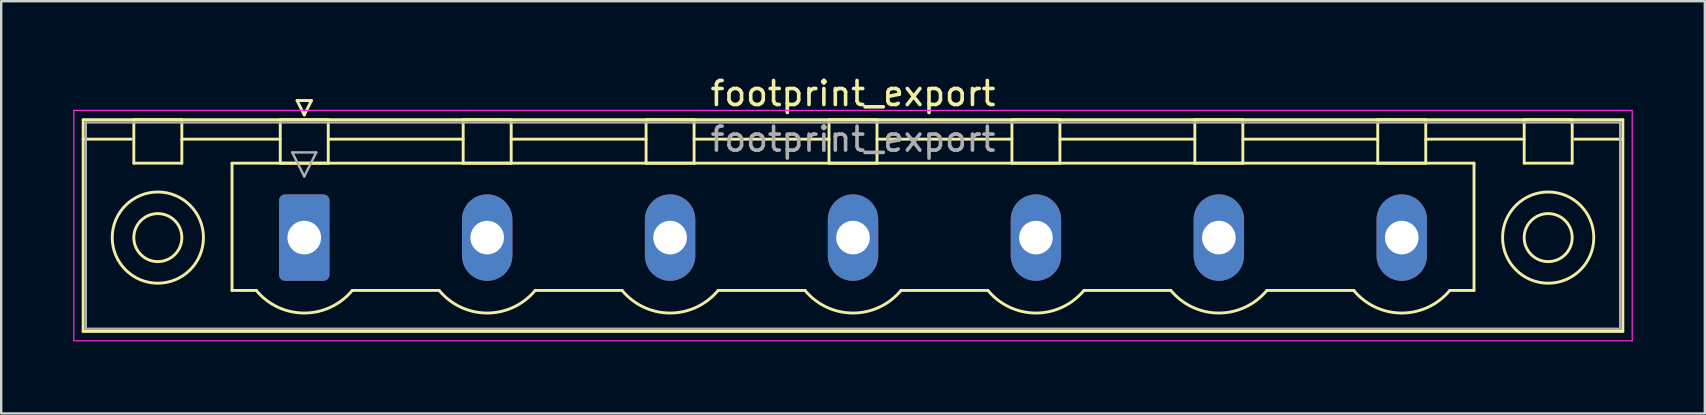
<source format=kicad_pcb>
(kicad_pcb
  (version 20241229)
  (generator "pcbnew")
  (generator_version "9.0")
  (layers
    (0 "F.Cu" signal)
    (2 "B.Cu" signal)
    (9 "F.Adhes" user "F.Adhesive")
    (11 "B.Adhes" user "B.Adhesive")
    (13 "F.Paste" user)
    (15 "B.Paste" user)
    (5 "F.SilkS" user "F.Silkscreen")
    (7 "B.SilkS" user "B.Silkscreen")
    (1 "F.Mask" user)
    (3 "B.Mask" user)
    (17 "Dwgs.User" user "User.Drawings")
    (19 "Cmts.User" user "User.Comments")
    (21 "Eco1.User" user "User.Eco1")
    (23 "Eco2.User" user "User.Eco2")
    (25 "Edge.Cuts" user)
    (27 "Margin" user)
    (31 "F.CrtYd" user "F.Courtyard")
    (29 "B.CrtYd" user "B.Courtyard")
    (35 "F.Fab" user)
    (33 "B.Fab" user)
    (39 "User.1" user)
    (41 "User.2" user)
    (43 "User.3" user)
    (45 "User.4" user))
  (footprint "footprint_export"
    (layer "F.Cu")
    (at 9.625 6.848)
    (property "Reference" "footprint_export" (at 22.86 -6 0) (layer "F.SilkS") (effects (font (size 1 1) (thickness 0.15))))
    (attr through_hole)
    (fp_line (start -9.21 -4.91) (end -9.21 3.91) (stroke (width 0.12) (type solid)) (layer "F.SilkS"))
    (fp_line (start -9.21 -4.1) (end -7.21 -4.1) (stroke (width 0.12) (type solid)) (layer "F.SilkS"))
    (fp_line (start -9.21 3.91) (end 54.93 3.91) (stroke (width 0.12) (type solid)) (layer "F.SilkS"))
    (fp_line (start -7.1 -4.91) (end -5.1 -4.91) (stroke (width 0.12) (type solid)) (layer "F.SilkS"))
    (fp_line (start -7.1 -3.1) (end -7.1 -4.91) (stroke (width 0.12) (type solid)) (layer "F.SilkS"))
    (fp_line (start -5.1 -4.91) (end -5.1 -3.1) (stroke (width 0.12) (type solid)) (layer "F.SilkS"))
    (fp_line (start -5.1 -4.1) (end -1 -4.1) (stroke (width 0.12) (type solid)) (layer "F.SilkS"))
    (fp_line (start -5.1 -3.1) (end -7.1 -3.1) (stroke (width 0.12) (type solid)) (layer "F.SilkS"))
    (fp_line (start -3.01 -3.1) (end 48.73 -3.1) (stroke (width 0.12) (type solid)) (layer "F.SilkS"))
    (fp_line (start -3.01 2.2) (end -3.01 -3.1) (stroke (width 0.12) (type solid)) (layer "F.SilkS"))
    (fp_line (start -2 2.2) (end -3.01 2.2) (stroke (width 0.12) (type solid)) (layer "F.SilkS"))
    (fp_line (start -1 -4.91) (end 1 -4.91) (stroke (width 0.12) (type solid)) (layer "F.SilkS"))
    (fp_line (start -1 -3.1) (end -1 -4.91) (stroke (width 0.12) (type solid)) (layer "F.SilkS"))
    (fp_line (start -0.3 -5.71) (end 0.3 -5.71) (stroke (width 0.12) (type solid)) (layer "F.SilkS"))
    (fp_line (start 0 -5.11) (end -0.3 -5.71) (stroke (width 0.12) (type solid)) (layer "F.SilkS"))
    (fp_line (start 0.3 -5.71) (end 0 -5.11) (stroke (width 0.12) (type solid)) (layer "F.SilkS"))
    (fp_line (start 1 -4.91) (end 1 -3.1) (stroke (width 0.12) (type solid)) (layer "F.SilkS"))
    (fp_line (start 1 -4.1) (end 6.62 -4.1) (stroke (width 0.12) (type solid)) (layer "F.SilkS"))
    (fp_line (start 1 -3.1) (end -1 -3.1) (stroke (width 0.12) (type solid)) (layer "F.SilkS"))
    (fp_line (start 2 2.2) (end 5.62 2.2) (stroke (width 0.12) (type solid)) (layer "F.SilkS"))
    (fp_line (start 6.62 -4.91) (end 8.62 -4.91) (stroke (width 0.12) (type solid)) (layer "F.SilkS"))
    (fp_line (start 6.62 -3.1) (end 6.62 -4.91) (stroke (width 0.12) (type solid)) (layer "F.SilkS"))
    (fp_line (start 8.62 -4.91) (end 8.62 -3.1) (stroke (width 0.12) (type solid)) (layer "F.SilkS"))
    (fp_line (start 8.62 -4.1) (end 14.24 -4.1) (stroke (width 0.12) (type solid)) (layer "F.SilkS"))
    (fp_line (start 8.62 -3.1) (end 6.62 -3.1) (stroke (width 0.12) (type solid)) (layer "F.SilkS"))
    (fp_line (start 9.62 2.2) (end 13.24 2.2) (stroke (width 0.12) (type solid)) (layer "F.SilkS"))
    (fp_line (start 14.24 -4.91) (end 16.24 -4.91) (stroke (width 0.12) (type solid)) (layer "F.SilkS"))
    (fp_line (start 14.24 -3.1) (end 14.24 -4.91) (stroke (width 0.12) (type solid)) (layer "F.SilkS"))
    (fp_line (start 16.24 -4.91) (end 16.24 -3.1) (stroke (width 0.12) (type solid)) (layer "F.SilkS"))
    (fp_line (start 16.24 -4.1) (end 21.86 -4.1) (stroke (width 0.12) (type solid)) (layer "F.SilkS"))
    (fp_line (start 16.24 -3.1) (end 14.24 -3.1) (stroke (width 0.12) (type solid)) (layer "F.SilkS"))
    (fp_line (start 17.24 2.2) (end 20.86 2.2) (stroke (width 0.12) (type solid)) (layer "F.SilkS"))
    (fp_line (start 21.86 -4.91) (end 23.86 -4.91) (stroke (width 0.12) (type solid)) (layer "F.SilkS"))
    (fp_line (start 21.86 -3.1) (end 21.86 -4.91) (stroke (width 0.12) (type solid)) (layer "F.SilkS"))
    (fp_line (start 23.86 -4.91) (end 23.86 -3.1) (stroke (width 0.12) (type solid)) (layer "F.SilkS"))
    (fp_line (start 23.86 -4.1) (end 29.48 -4.1) (stroke (width 0.12) (type solid)) (layer "F.SilkS"))
    (fp_line (start 23.86 -3.1) (end 21.86 -3.1) (stroke (width 0.12) (type solid)) (layer "F.SilkS"))
    (fp_line (start 24.86 2.2) (end 28.48 2.2) (stroke (width 0.12) (type solid)) (layer "F.SilkS"))
    (fp_line (start 29.48 -4.91) (end 31.48 -4.91) (stroke (width 0.12) (type solid)) (layer "F.SilkS"))
    (fp_line (start 29.48 -3.1) (end 29.48 -4.91) (stroke (width 0.12) (type solid)) (layer "F.SilkS"))
    (fp_line (start 31.48 -4.91) (end 31.48 -3.1) (stroke (width 0.12) (type solid)) (layer "F.SilkS"))
    (fp_line (start 31.48 -4.1) (end 37.1 -4.1) (stroke (width 0.12) (type solid)) (layer "F.SilkS"))
    (fp_line (start 31.48 -3.1) (end 29.48 -3.1) (stroke (width 0.12) (type solid)) (layer "F.SilkS"))
    (fp_line (start 32.48 2.2) (end 36.1 2.2) (stroke (width 0.12) (type solid)) (layer "F.SilkS"))
    (fp_line (start 37.1 -4.91) (end 39.1 -4.91) (stroke (width 0.12) (type solid)) (layer "F.SilkS"))
    (fp_line (start 37.1 -3.1) (end 37.1 -4.91) (stroke (width 0.12) (type solid)) (layer "F.SilkS"))
    (fp_line (start 39.1 -4.91) (end 39.1 -3.1) (stroke (width 0.12) (type solid)) (layer "F.SilkS"))
    (fp_line (start 39.1 -4.1) (end 44.72 -4.1) (stroke (width 0.12) (type solid)) (layer "F.SilkS"))
    (fp_line (start 39.1 -3.1) (end 37.1 -3.1) (stroke (width 0.12) (type solid)) (layer "F.SilkS"))
    (fp_line (start 40.1 2.2) (end 43.72 2.2) (stroke (width 0.12) (type solid)) (layer "F.SilkS"))
    (fp_line (start 44.72 -4.91) (end 46.72 -4.91) (stroke (width 0.12) (type solid)) (layer "F.SilkS"))
    (fp_line (start 44.72 -3.1) (end 44.72 -4.91) (stroke (width 0.12) (type solid)) (layer "F.SilkS"))
    (fp_line (start 46.72 -4.91) (end 46.72 -3.1) (stroke (width 0.12) (type solid)) (layer "F.SilkS"))
    (fp_line (start 46.72 -4.1) (end 50.82 -4.1) (stroke (width 0.12) (type solid)) (layer "F.SilkS"))
    (fp_line (start 46.72 -3.1) (end 44.72 -3.1) (stroke (width 0.12) (type solid)) (layer "F.SilkS"))
    (fp_line (start 48.73 -3.1) (end 48.73 2.2) (stroke (width 0.12) (type solid)) (layer "F.SilkS"))
    (fp_line (start 48.73 2.2) (end 47.72 2.2) (stroke (width 0.12) (type solid)) (layer "F.SilkS"))
    (fp_line (start 50.82 -4.91) (end 52.82 -4.91) (stroke (width 0.12) (type solid)) (layer "F.SilkS"))
    (fp_line (start 50.82 -3.1) (end 50.82 -4.91) (stroke (width 0.12) (type solid)) (layer "F.SilkS"))
    (fp_line (start 52.82 -4.91) (end 52.82 -3.1) (stroke (width 0.12) (type solid)) (layer "F.SilkS"))
    (fp_line (start 52.82 -3.1) (end 50.82 -3.1) (stroke (width 0.12) (type solid)) (layer "F.SilkS"))
    (fp_line (start 54.93 -4.91) (end -9.21 -4.91) (stroke (width 0.12) (type solid)) (layer "F.SilkS"))
    (fp_line (start 54.93 -4.1) (end 52.93 -4.1) (stroke (width 0.12) (type solid)) (layer "F.SilkS"))
    (fp_line (start 54.93 3.91) (end 54.93 -4.91) (stroke (width 0.12) (type solid)) (layer "F.SilkS"))
    (fp_arc (start 1.986842 2.215821) (mid -0.010289 3.142758) (end -2 2.2) (stroke (width 0.12) (type solid)) (layer "F.SilkS"))
    (fp_arc (start 9.606842 2.215821) (mid 7.609711 3.142758) (end 5.62 2.2) (stroke (width 0.12) (type solid)) (layer "F.SilkS"))
    (fp_arc (start 17.226842 2.215821) (mid 15.229711 3.142758) (end 13.24 2.2) (stroke (width 0.12) (type solid)) (layer "F.SilkS"))
    (fp_arc (start 24.846842 2.215821) (mid 22.849711 3.142758) (end 20.86 2.2) (stroke (width 0.12) (type solid)) (layer "F.SilkS"))
    (fp_arc (start 32.466842 2.215821) (mid 30.469711 3.142758) (end 28.48 2.2) (stroke (width 0.12) (type solid)) (layer "F.SilkS"))
    (fp_arc (start 40.086842 2.215821) (mid 38.089711 3.142758) (end 36.1 2.2) (stroke (width 0.12) (type solid)) (layer "F.SilkS"))
    (fp_arc (start 47.706842 2.215821) (mid 45.709711 3.142758) (end 43.72 2.2) (stroke (width 0.12) (type solid)) (layer "F.SilkS"))
    (fp_circle (center -6.1 0) (end -5.1 0) (stroke (width 0.12) (type solid)) (fill no) (layer "F.SilkS"))
    (fp_circle (center -6.1 0) (end -4.2 0) (stroke (width 0.12) (type solid)) (fill no) (layer "F.SilkS"))
    (fp_circle (center 51.82 0) (end 52.82 0) (stroke (width 0.12) (type solid)) (fill no) (layer "F.SilkS"))
    (fp_circle (center 51.82 0) (end 53.72 0) (stroke (width 0.12) (type solid)) (fill no) (layer "F.SilkS"))
    (fp_line (start -9.6 -5.3) (end -9.6 4.3) (stroke (width 0.05) (type solid)) (layer "F.CrtYd"))
    (fp_line (start -9.6 4.3) (end 55.32 4.3) (stroke (width 0.05) (type solid)) (layer "F.CrtYd"))
    (fp_line (start 55.32 -5.3) (end -9.6 -5.3) (stroke (width 0.05) (type solid)) (layer "F.CrtYd"))
    (fp_line (start 55.32 4.3) (end 55.32 -5.3) (stroke (width 0.05) (type solid)) (layer "F.CrtYd"))
    (fp_line (start -9.1 -4.8) (end -9.1 3.8) (stroke (width 0.1) (type solid)) (layer "F.Fab"))
    (fp_line (start -9.1 3.8) (end 54.82 3.8) (stroke (width 0.1) (type solid)) (layer "F.Fab"))
    (fp_line (start -0.5 -3.55) (end 0.5 -3.55) (stroke (width 0.1) (type solid)) (layer "F.Fab"))
    (fp_line (start 0 -2.55) (end -0.5 -3.55) (stroke (width 0.1) (type solid)) (layer "F.Fab"))
    (fp_line (start 0.5 -3.55) (end 0 -2.55) (stroke (width 0.1) (type solid)) (layer "F.Fab"))
    (fp_line (start 54.82 -4.8) (end -9.1 -4.8) (stroke (width 0.1) (type solid)) (layer "F.Fab"))
    (fp_line (start 54.82 3.8) (end 54.82 -4.8) (stroke (width 0.1) (type solid)) (layer "F.Fab"))
    (fp_text user "${REFERENCE}" (at 22.86 -4.1 0) (layer "F.Fab") (effects (font (size 1 1) (thickness 0.15))))
    (pad "1" thru_hole roundrect (at 0 0) (size 2.1 3.6) (drill 1.4) (layers "*.Cu" "*.Mask") (roundrect_rratio 0.119))
    (pad "2" thru_hole oval (at 7.62 0) (size 2.1 3.6) (drill 1.4) (layers "*.Cu" "*.Mask"))
    (pad "3" thru_hole oval (at 15.24 0) (size 2.1 3.6) (drill 1.4) (layers "*.Cu" "*.Mask"))
    (pad "4" thru_hole oval (at 22.86 0) (size 2.1 3.6) (drill 1.4) (layers "*.Cu" "*.Mask"))
    (pad "5" thru_hole oval (at 30.48 0) (size 2.1 3.6) (drill 1.4) (layers "*.Cu" "*.Mask"))
    (pad "6" thru_hole oval (at 38.1 0) (size 2.1 3.6) (drill 1.4) (layers "*.Cu" "*.Mask"))
    (pad "7" thru_hole oval (at 45.72 0) (size 2.1 3.6) (drill 1.4) (layers "*.Cu" "*.Mask")))
  (gr_rect
    (start -3 -3)
    (end 67.97 14.173)
    (stroke (width 0.1) (type default))
    (fill no)
    (layer "Edge.Cuts")))
</source>
